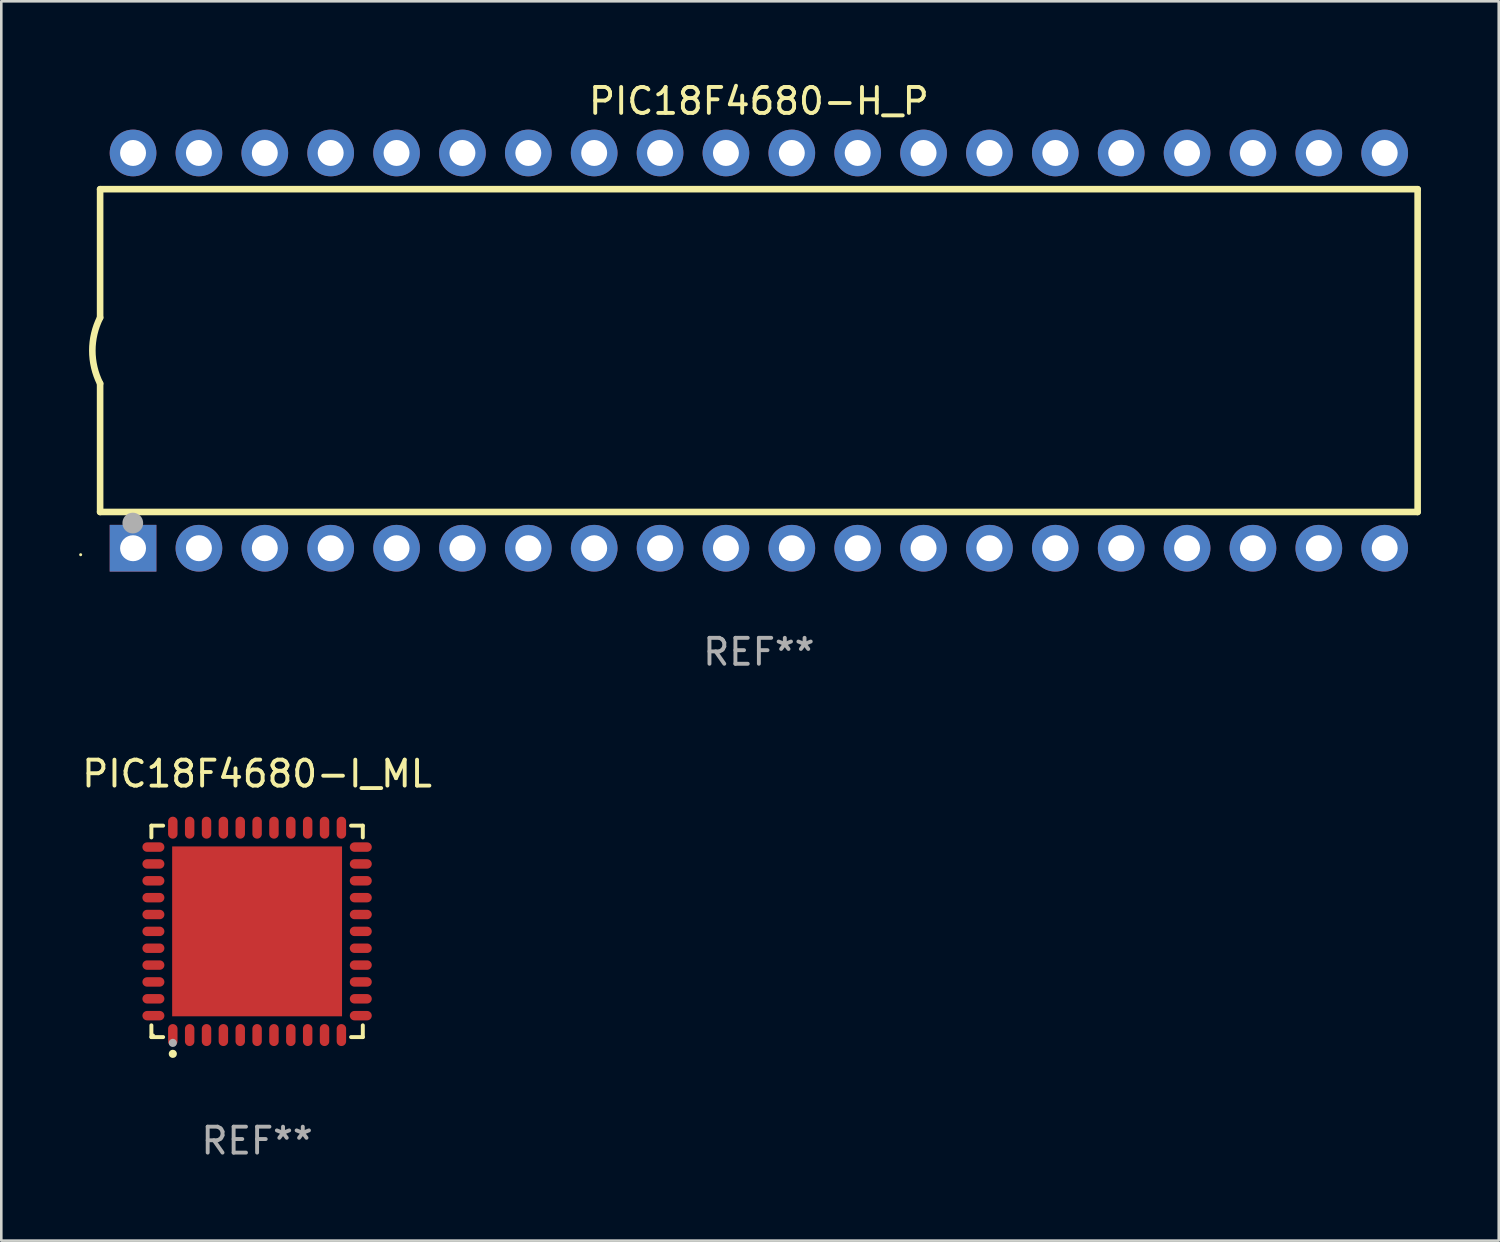
<source format=kicad_pcb>
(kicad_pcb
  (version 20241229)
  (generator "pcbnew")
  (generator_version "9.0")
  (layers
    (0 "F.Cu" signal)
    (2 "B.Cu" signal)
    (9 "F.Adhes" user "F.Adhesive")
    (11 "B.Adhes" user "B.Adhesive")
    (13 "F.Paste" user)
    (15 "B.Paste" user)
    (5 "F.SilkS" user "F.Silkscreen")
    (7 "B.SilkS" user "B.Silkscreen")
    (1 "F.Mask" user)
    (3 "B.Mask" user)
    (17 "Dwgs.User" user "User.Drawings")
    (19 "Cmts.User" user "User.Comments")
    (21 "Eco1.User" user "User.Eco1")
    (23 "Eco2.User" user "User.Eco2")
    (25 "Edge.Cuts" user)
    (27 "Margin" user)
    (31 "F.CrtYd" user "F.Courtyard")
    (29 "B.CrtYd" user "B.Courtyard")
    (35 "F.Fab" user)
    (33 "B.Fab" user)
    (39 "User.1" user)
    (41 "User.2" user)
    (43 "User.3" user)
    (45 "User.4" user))
  (footprint "PIC18F4680-H_P"
    (layer "F.Cu")
    (at 26.21 10.468)
    (property "Reference" "PIC18F4680-H_P" (at 0 -9.62 0) (layer "F.SilkS") (effects (font (size 1 1) (thickness 0.15))))
    (attr through_hole)
    (fp_line (start -25.4 -6.224) (end -25.4 -1.271) (stroke (width 0.254) (type solid)) (layer "F.SilkS"))
    (fp_line (start -25.4 -6.224) (end 25.4 -6.224) (stroke (width 0.254) (type solid)) (layer "F.SilkS"))
    (fp_line (start -25.4 1.269) (end -25.4 6.222) (stroke (width 0.254) (type solid)) (layer "F.SilkS"))
    (fp_line (start -25.4 6.222) (end 25.4 6.222) (stroke (width 0.254) (type solid)) (layer "F.SilkS"))
    (fp_line (start 25.4 6.222) (end 25.4 -6.224) (stroke (width 0.254) (type solid)) (layer "F.SilkS"))
    (fp_arc (start -25.4 1.269241) (mid -25.699807 -0.000762) (end -25.4 -1.270765) (stroke (width 0.254001) (type solid)) (layer "F.SilkS"))
    (fp_circle (center -26.15 7.87) (end -26.12 7.87) (stroke (width 0.06) (type solid)) (fill no) (layer "F.SilkS"))
    (fp_circle (center -24.14 6.65) (end -23.94 6.65) (stroke (width 0.4) (type solid)) (fill no) (layer "F.Fab"))
    (fp_text user "REF**" (at 0 11.62 0) (layer "F.Fab") (effects (font (size 1 1) (thickness 0.15))))
    (pad "1" thru_hole rect (at -24.13 7.62 90) (size 1.8 1.8) (drill 1) (layers "*.Cu" "*.Mask"))
    (pad "2" thru_hole circle (at -21.59 7.62) (size 1.8 1.8) (drill 1) (layers "*.Cu" "*.Mask"))
    (pad "3" thru_hole circle (at -19.05 7.62) (size 1.8 1.8) (drill 1) (layers "*.Cu" "*.Mask"))
    (pad "4" thru_hole circle (at -16.51 7.62) (size 1.8 1.8) (drill 1) (layers "*.Cu" "*.Mask"))
    (pad "5" thru_hole circle (at -13.97 7.62) (size 1.8 1.8) (drill 1) (layers "*.Cu" "*.Mask"))
    (pad "6" thru_hole circle (at -11.43 7.62) (size 1.8 1.8) (drill 1) (layers "*.Cu" "*.Mask"))
    (pad "7" thru_hole circle (at -8.89 7.62) (size 1.8 1.8) (drill 1) (layers "*.Cu" "*.Mask"))
    (pad "8" thru_hole circle (at -6.35 7.62) (size 1.8 1.8) (drill 1) (layers "*.Cu" "*.Mask"))
    (pad "9" thru_hole circle (at -3.81 7.62) (size 1.8 1.8) (drill 1) (layers "*.Cu" "*.Mask"))
    (pad "10" thru_hole circle (at -1.27 7.62) (size 1.8 1.8) (drill 1) (layers "*.Cu" "*.Mask"))
    (pad "11" thru_hole circle (at 1.27 7.62) (size 1.8 1.8) (drill 1) (layers "*.Cu" "*.Mask"))
    (pad "12" thru_hole circle (at 3.81 7.62) (size 1.8 1.8) (drill 1) (layers "*.Cu" "*.Mask"))
    (pad "13" thru_hole circle (at 6.35 7.62) (size 1.8 1.8) (drill 1) (layers "*.Cu" "*.Mask"))
    (pad "14" thru_hole circle (at 8.89 7.62) (size 1.8 1.8) (drill 1) (layers "*.Cu" "*.Mask"))
    (pad "15" thru_hole circle (at 11.43 7.62) (size 1.8 1.8) (drill 1) (layers "*.Cu" "*.Mask"))
    (pad "16" thru_hole circle (at 13.97 7.62) (size 1.8 1.8) (drill 1) (layers "*.Cu" "*.Mask"))
    (pad "17" thru_hole circle (at 16.51 7.62) (size 1.8 1.8) (drill 1) (layers "*.Cu" "*.Mask"))
    (pad "18" thru_hole circle (at 19.05 7.62) (size 1.8 1.8) (drill 1) (layers "*.Cu" "*.Mask"))
    (pad "19" thru_hole circle (at 21.59 7.62) (size 1.8 1.8) (drill 1) (layers "*.Cu" "*.Mask"))
    (pad "20" thru_hole circle (at 24.13 7.62) (size 1.8 1.8) (drill 1) (layers "*.Cu" "*.Mask"))
    (pad "21" thru_hole circle (at 24.13 -7.62) (size 1.8 1.8) (drill 1) (layers "*.Cu" "*.Mask"))
    (pad "22" thru_hole circle (at 21.59 -7.62) (size 1.8 1.8) (drill 1) (layers "*.Cu" "*.Mask"))
    (pad "23" thru_hole circle (at 19.05 -7.62) (size 1.8 1.8) (drill 1) (layers "*.Cu" "*.Mask"))
    (pad "24" thru_hole circle (at 16.51 -7.62) (size 1.8 1.8) (drill 1) (layers "*.Cu" "*.Mask"))
    (pad "25" thru_hole circle (at 13.97 -7.62) (size 1.8 1.8) (drill 1) (layers "*.Cu" "*.Mask"))
    (pad "26" thru_hole circle (at 11.43 -7.62) (size 1.8 1.8) (drill 1) (layers "*.Cu" "*.Mask"))
    (pad "27" thru_hole circle (at 8.89 -7.62) (size 1.8 1.8) (drill 1) (layers "*.Cu" "*.Mask"))
    (pad "28" thru_hole circle (at 6.35 -7.62) (size 1.8 1.8) (drill 1) (layers "*.Cu" "*.Mask"))
    (pad "29" thru_hole circle (at 3.81 -7.62) (size 1.8 1.8) (drill 1) (layers "*.Cu" "*.Mask"))
    (pad "30" thru_hole circle (at 1.27 -7.62) (size 1.8 1.8) (drill 1) (layers "*.Cu" "*.Mask"))
    (pad "31" thru_hole circle (at -1.27 -7.62) (size 1.8 1.8) (drill 1) (layers "*.Cu" "*.Mask"))
    (pad "32" thru_hole circle (at -3.81 -7.62) (size 1.8 1.8) (drill 1) (layers "*.Cu" "*.Mask"))
    (pad "33" thru_hole circle (at -6.35 -7.62) (size 1.8 1.8) (drill 1) (layers "*.Cu" "*.Mask"))
    (pad "34" thru_hole circle (at -8.89 -7.62) (size 1.8 1.8) (drill 1) (layers "*.Cu" "*.Mask"))
    (pad "35" thru_hole circle (at -11.43 -7.62) (size 1.8 1.8) (drill 1) (layers "*.Cu" "*.Mask"))
    (pad "36" thru_hole circle (at -13.97 -7.62) (size 1.8 1.8) (drill 1) (layers "*.Cu" "*.Mask"))
    (pad "37" thru_hole circle (at -16.51 -7.62) (size 1.8 1.8) (drill 1) (layers "*.Cu" "*.Mask"))
    (pad "38" thru_hole circle (at -19.05 -7.62) (size 1.8 1.8) (drill 1) (layers "*.Cu" "*.Mask"))
    (pad "39" thru_hole circle (at -21.59 -7.62) (size 1.8 1.8) (drill 1) (layers "*.Cu" "*.Mask"))
    (pad "40" thru_hole circle (at -24.13 -7.62) (size 1.8 1.8) (drill 1) (layers "*.Cu" "*.Mask")))
  (footprint "PIC18F4680-I_ML"
    (layer "F.Cu")
    (at 6.863 32.861)
    (property "Reference" "PIC18F4680-I_ML" (at 0 -6.076 0) (layer "F.SilkS") (effects (font (size 1 1) (thickness 0.15))))
    (attr through_hole)
    (fp_line (start -4.076 -4.076) (end -3.623 -4.076) (stroke (width 0.152) (type solid)) (layer "F.SilkS"))
    (fp_line (start -4.076 -3.623) (end -4.076 -4.076) (stroke (width 0.152) (type solid)) (layer "F.SilkS"))
    (fp_line (start -4.076 3.623) (end -4.076 4.076) (stroke (width 0.152) (type solid)) (layer "F.SilkS"))
    (fp_line (start -4.076 4.076) (end -3.623 4.076) (stroke (width 0.152) (type solid)) (layer "F.SilkS"))
    (fp_line (start 4.076 -4.076) (end 3.623 -4.076) (stroke (width 0.152) (type solid)) (layer "F.SilkS"))
    (fp_line (start 4.076 -3.623) (end 4.076 -4.076) (stroke (width 0.152) (type solid)) (layer "F.SilkS"))
    (fp_line (start 4.076 3.623) (end 4.076 4.076) (stroke (width 0.152) (type solid)) (layer "F.SilkS"))
    (fp_line (start 4.076 4.076) (end 3.623 4.076) (stroke (width 0.152) (type solid)) (layer "F.SilkS"))
    (fp_circle (center -4 4) (end -3.97 4) (stroke (width 0.06) (type solid)) (fill no) (layer "F.SilkS"))
    (fp_circle (center -3.25 4.722) (end -3.171 4.722) (stroke (width 0.158) (type solid)) (fill no) (layer "F.SilkS"))
    (fp_circle (center -3.25 4.3) (end -3.171 4.3) (stroke (width 0.158) (type solid)) (fill no) (layer "F.Fab"))
    (fp_text user "REF**" (at 0 8.076 0) (layer "F.Fab") (effects (font (size 1 1) (thickness 0.15))))
    (pad "1" smd oval (at -3.25 3.998) (size 0.364 0.847) (layers "F.Cu" "F.Mask" "F.Paste"))
    (pad "2" smd oval (at -2.6 3.998) (size 0.364 0.847) (layers "F.Cu" "F.Mask" "F.Paste"))
    (pad "3" smd oval (at -1.95 3.998) (size 0.364 0.847) (layers "F.Cu" "F.Mask" "F.Paste"))
    (pad "4" smd oval (at -1.3 3.998) (size 0.364 0.847) (layers "F.Cu" "F.Mask" "F.Paste"))
    (pad "5" smd oval (at -0.65 3.998) (size 0.364 0.847) (layers "F.Cu" "F.Mask" "F.Paste"))
    (pad "6" smd oval (at 0 3.998) (size 0.364 0.847) (layers "F.Cu" "F.Mask" "F.Paste"))
    (pad "7" smd oval (at 0.65 3.998) (size 0.364 0.847) (layers "F.Cu" "F.Mask" "F.Paste"))
    (pad "8" smd oval (at 1.3 3.998) (size 0.364 0.847) (layers "F.Cu" "F.Mask" "F.Paste"))
    (pad "9" smd oval (at 1.95 3.998) (size 0.364 0.847) (layers "F.Cu" "F.Mask" "F.Paste"))
    (pad "10" smd oval (at 2.6 3.998) (size 0.364 0.847) (layers "F.Cu" "F.Mask" "F.Paste"))
    (pad "11" smd oval (at 3.25 3.998) (size 0.364 0.847) (layers "F.Cu" "F.Mask" "F.Paste"))
    (pad "12" smd oval (at 3.998 3.25) (size 0.847 0.364) (layers "F.Cu" "F.Mask" "F.Paste"))
    (pad "13" smd oval (at 3.998 2.6) (size 0.847 0.364) (layers "F.Cu" "F.Mask" "F.Paste"))
    (pad "14" smd oval (at 3.998 1.95) (size 0.847 0.364) (layers "F.Cu" "F.Mask" "F.Paste"))
    (pad "15" smd oval (at 3.998 1.3) (size 0.847 0.364) (layers "F.Cu" "F.Mask" "F.Paste"))
    (pad "16" smd oval (at 3.998 0.65) (size 0.847 0.364) (layers "F.Cu" "F.Mask" "F.Paste"))
    (pad "17" smd oval (at 3.998 0) (size 0.847 0.364) (layers "F.Cu" "F.Mask" "F.Paste"))
    (pad "18" smd oval (at 3.998 -0.65) (size 0.847 0.364) (layers "F.Cu" "F.Mask" "F.Paste"))
    (pad "19" smd oval (at 3.998 -1.3) (size 0.847 0.364) (layers "F.Cu" "F.Mask" "F.Paste"))
    (pad "20" smd oval (at 3.998 -1.95) (size 0.847 0.364) (layers "F.Cu" "F.Mask" "F.Paste"))
    (pad "21" smd oval (at 3.998 -2.6) (size 0.847 0.364) (layers "F.Cu" "F.Mask" "F.Paste"))
    (pad "22" smd oval (at 3.998 -3.25) (size 0.847 0.364) (layers "F.Cu" "F.Mask" "F.Paste"))
    (pad "23" smd oval (at 3.25 -3.998) (size 0.364 0.847) (layers "F.Cu" "F.Mask" "F.Paste"))
    (pad "24" smd oval (at 2.6 -3.998) (size 0.364 0.847) (layers "F.Cu" "F.Mask" "F.Paste"))
    (pad "25" smd oval (at 1.95 -3.998) (size 0.364 0.847) (layers "F.Cu" "F.Mask" "F.Paste"))
    (pad "26" smd oval (at 1.3 -3.998) (size 0.364 0.847) (layers "F.Cu" "F.Mask" "F.Paste"))
    (pad "27" smd oval (at 0.65 -3.998) (size 0.364 0.847) (layers "F.Cu" "F.Mask" "F.Paste"))
    (pad "28" smd oval (at 0 -3.998) (size 0.364 0.847) (layers "F.Cu" "F.Mask" "F.Paste"))
    (pad "29" smd oval (at -0.65 -3.998) (size 0.364 0.847) (layers "F.Cu" "F.Mask" "F.Paste"))
    (pad "30" smd oval (at -1.3 -3.998) (size 0.364 0.847) (layers "F.Cu" "F.Mask" "F.Paste"))
    (pad "31" smd oval (at -1.95 -3.998) (size 0.364 0.847) (layers "F.Cu" "F.Mask" "F.Paste"))
    (pad "32" smd oval (at -2.6 -3.998) (size 0.364 0.847) (layers "F.Cu" "F.Mask" "F.Paste"))
    (pad "33" smd oval (at -3.25 -3.998) (size 0.364 0.847) (layers "F.Cu" "F.Mask" "F.Paste"))
    (pad "34" smd oval (at -3.998 -3.25) (size 0.847 0.364) (layers "F.Cu" "F.Mask" "F.Paste"))
    (pad "35" smd oval (at -3.998 -2.6) (size 0.847 0.364) (layers "F.Cu" "F.Mask" "F.Paste"))
    (pad "36" smd oval (at -3.998 -1.95) (size 0.847 0.364) (layers "F.Cu" "F.Mask" "F.Paste"))
    (pad "37" smd oval (at -3.998 -1.3) (size 0.847 0.364) (layers "F.Cu" "F.Mask" "F.Paste"))
    (pad "38" smd oval (at -3.998 -0.65) (size 0.847 0.364) (layers "F.Cu" "F.Mask" "F.Paste"))
    (pad "39" smd oval (at -3.998 0) (size 0.847 0.364) (layers "F.Cu" "F.Mask" "F.Paste"))
    (pad "40" smd oval (at -3.998 0.65) (size 0.847 0.364) (layers "F.Cu" "F.Mask" "F.Paste"))
    (pad "41" smd oval (at -3.998 1.3) (size 0.847 0.364) (layers "F.Cu" "F.Mask" "F.Paste"))
    (pad "42" smd oval (at -3.998 1.95) (size 0.847 0.364) (layers "F.Cu" "F.Mask" "F.Paste"))
    (pad "43" smd oval (at -3.998 2.6) (size 0.847 0.364) (layers "F.Cu" "F.Mask" "F.Paste"))
    (pad "44" smd oval (at -3.998 3.25) (size 0.847 0.364) (layers "F.Cu" "F.Mask" "F.Paste"))
    (pad "45" smd rect (at 0 0) (size 6.55 6.55) (layers "F.Cu" "F.Mask" "F.Paste")))
  (gr_rect
    (start -3 -3)
    (end 54.737 44.785)
    (stroke (width 0.1) (type default))
    (fill no)
    (layer "Edge.Cuts")))
</source>
